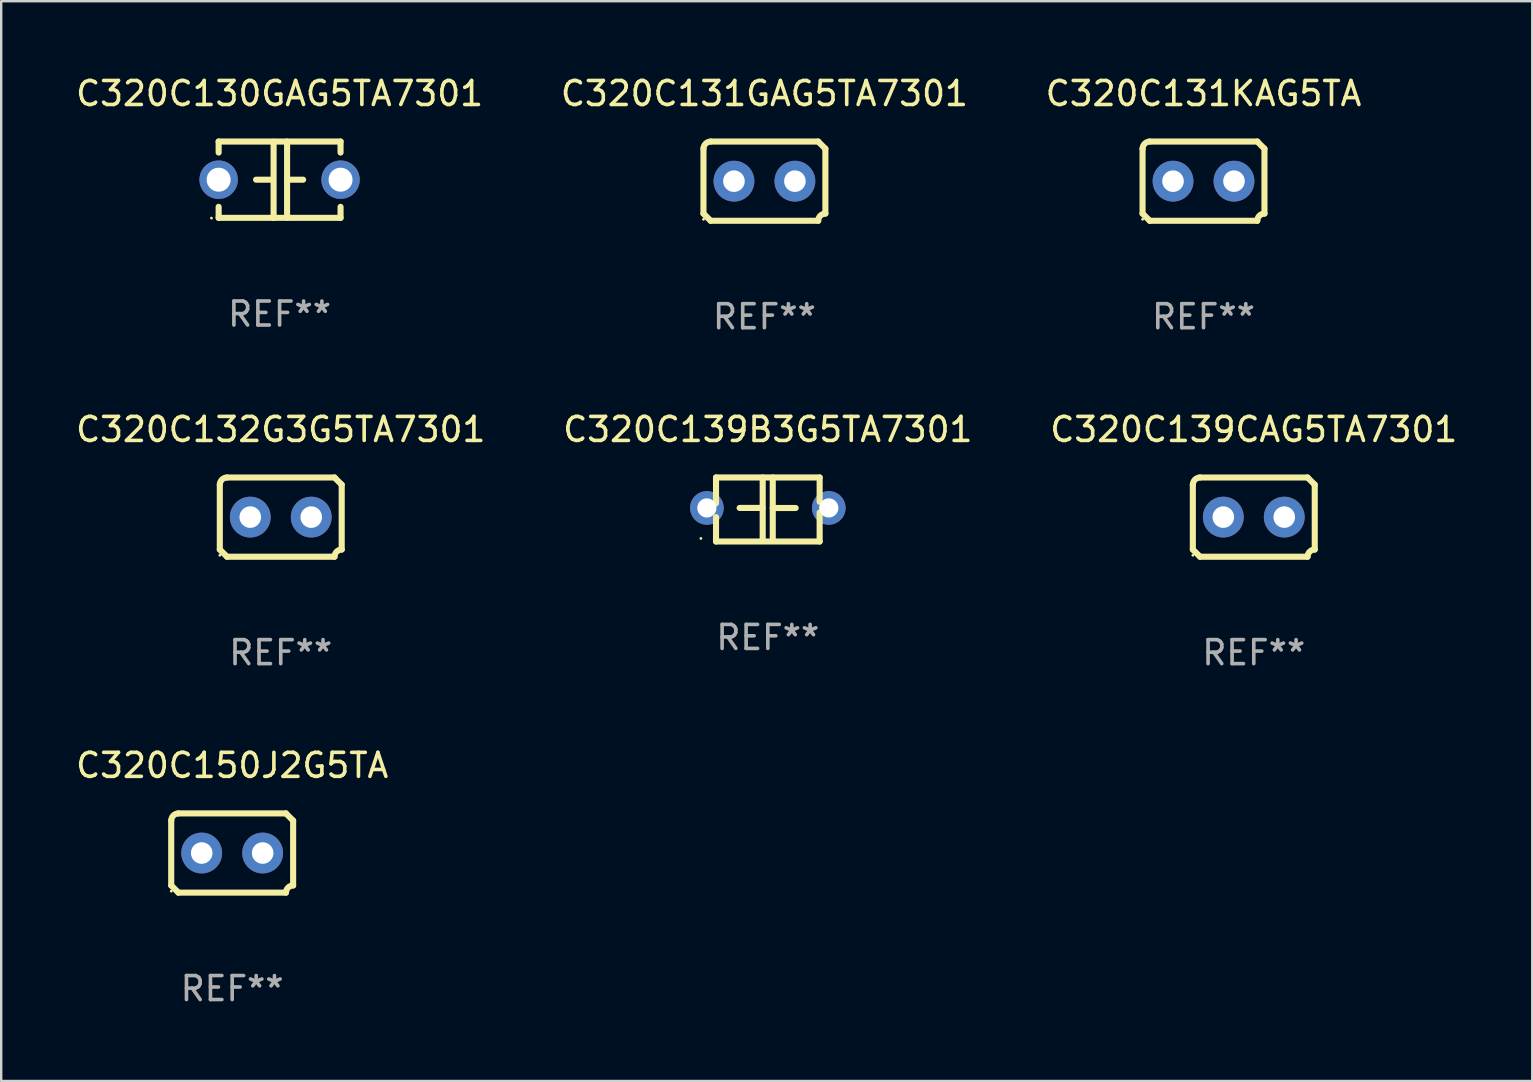
<source format=kicad_pcb>
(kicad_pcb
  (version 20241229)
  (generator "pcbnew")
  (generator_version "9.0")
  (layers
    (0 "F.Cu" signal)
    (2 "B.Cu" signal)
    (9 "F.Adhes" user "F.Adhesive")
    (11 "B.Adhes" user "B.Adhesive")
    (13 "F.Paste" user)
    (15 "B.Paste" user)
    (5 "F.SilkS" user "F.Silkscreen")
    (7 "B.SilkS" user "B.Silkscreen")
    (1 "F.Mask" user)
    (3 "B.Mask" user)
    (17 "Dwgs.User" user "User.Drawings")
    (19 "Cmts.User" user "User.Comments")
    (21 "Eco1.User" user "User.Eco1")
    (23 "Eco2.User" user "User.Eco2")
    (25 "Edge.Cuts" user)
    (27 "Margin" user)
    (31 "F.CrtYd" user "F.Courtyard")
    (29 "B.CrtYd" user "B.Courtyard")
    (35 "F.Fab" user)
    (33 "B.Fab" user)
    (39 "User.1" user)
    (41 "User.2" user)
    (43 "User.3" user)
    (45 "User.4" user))
  (footprint "C320C139CAG5TA7301"
    (layer "F.Cu")
    (at 49.196 18.498)
    (property "Reference" "C320C139CAG5TA7301" (at 0 -3.651 0) (layer "F.SilkS") (effects (font (size 1 1) (thickness 0.15))))
    (attr through_hole)
    (fp_line (start -2.54 -1.351) (end -2.54 1.351) (stroke (width 0.254) (type solid)) (layer "F.SilkS"))
    (fp_line (start -2.24 -1.651) (end 2.24 -1.651) (stroke (width 0.254) (type solid)) (layer "F.SilkS"))
    (fp_line (start 2.24 1.651) (end -2.24 1.651) (stroke (width 0.254) (type solid)) (layer "F.SilkS"))
    (fp_line (start 2.54 1.351) (end 2.54 -1.351) (stroke (width 0.254) (type solid)) (layer "F.SilkS"))
    (fp_arc (start -2.540005 -1.351283) (mid -2.450115 -1.561309) (end -2.240005 -1.651003) (stroke (width 0.254001) (type solid)) (layer "F.SilkS"))
    (fp_arc (start -2.240287 1.651001) (mid -2.390163 1.501019) (end -2.540005 1.351003) (stroke (width 0.254001) (type solid)) (layer "F.SilkS"))
    (fp_arc (start 2.240005 1.651003) (mid 2.329934 1.441015) (end 2.540005 1.351282) (stroke (width 0.254001) (type solid)) (layer "F.SilkS"))
    (fp_arc (start 2.540005 -1.351003) (mid 2.389393 -1.500252) (end 2.240284 -1.651003) (stroke (width 0.254001) (type solid)) (layer "F.SilkS"))
    (fp_circle (center -2.54 1.59) (end -2.51 1.59) (stroke (width 0.06) (type solid)) (fill no) (layer "F.SilkS"))
    (fp_text user "REF**" (at 0 5.651 0) (layer "F.Fab") (effects (font (size 1 1) (thickness 0.15))))
    (pad "1" thru_hole circle (at -1.27 0) (size 1.7 1.7) (drill 0.9) (layers "*.Cu" "*.Mask"))
    (pad "2" thru_hole circle (at 1.27 0) (size 1.7 1.7) (drill 0.9) (layers "*.Cu" "*.Mask")))
  (footprint "C320C150J2G5TA"
    (layer "F.Cu")
    (at 6.625 32.496)
    (property "Reference" "C320C150J2G5TA" (at 0 -3.651 0) (layer "F.SilkS") (effects (font (size 1 1) (thickness 0.15))))
    (attr through_hole)
    (fp_line (start -2.54 -1.351) (end -2.54 1.351) (stroke (width 0.254) (type solid)) (layer "F.SilkS"))
    (fp_line (start -2.24 -1.651) (end 2.24 -1.651) (stroke (width 0.254) (type solid)) (layer "F.SilkS"))
    (fp_line (start 2.24 1.651) (end -2.24 1.651) (stroke (width 0.254) (type solid)) (layer "F.SilkS"))
    (fp_line (start 2.54 1.351) (end 2.54 -1.351) (stroke (width 0.254) (type solid)) (layer "F.SilkS"))
    (fp_arc (start -2.540005 -1.351283) (mid -2.450115 -1.561309) (end -2.240005 -1.651003) (stroke (width 0.254001) (type solid)) (layer "F.SilkS"))
    (fp_arc (start -2.240287 1.651001) (mid -2.390163 1.501019) (end -2.540005 1.351003) (stroke (width 0.254001) (type solid)) (layer "F.SilkS"))
    (fp_arc (start 2.240005 1.651003) (mid 2.329934 1.441015) (end 2.540005 1.351282) (stroke (width 0.254001) (type solid)) (layer "F.SilkS"))
    (fp_arc (start 2.540005 -1.351003) (mid 2.389393 -1.500252) (end 2.240284 -1.651003) (stroke (width 0.254001) (type solid)) (layer "F.SilkS"))
    (fp_circle (center -2.54 1.59) (end -2.51 1.59) (stroke (width 0.06) (type solid)) (fill no) (layer "F.SilkS"))
    (fp_text user "REF**" (at 0 5.651 0) (layer "F.Fab") (effects (font (size 1 1) (thickness 0.15))))
    (pad "1" thru_hole circle (at -1.27 0) (size 1.7 1.7) (drill 0.9) (layers "*.Cu" "*.Mask"))
    (pad "2" thru_hole circle (at 1.27 0) (size 1.7 1.7) (drill 0.9) (layers "*.Cu" "*.Mask")))
  (footprint "C320C139B3G5TA7301"
    (layer "F.Cu")
    (at 28.946 18.18)
    (property "Reference" "C320C139B3G5TA7301" (at 0 -3.334 0) (layer "F.SilkS") (effects (font (size 1 1) (thickness 0.15))))
    (attr through_hole)
    (fp_line (start -2.159 -1.334) (end 2.159 -1.334) (stroke (width 0.254) (type solid)) (layer "F.SilkS"))
    (fp_line (start -2.159 -0.256) (end -2.159 -1.334) (stroke (width 0.254) (type solid)) (layer "F.SilkS"))
    (fp_line (start -2.159 1.334) (end -2.159 0.318) (stroke (width 0.254) (type solid)) (layer "F.SilkS"))
    (fp_line (start -0.22 -0.064) (end -1.175 -0.064) (stroke (width 0.254) (type solid)) (layer "F.SilkS"))
    (fp_line (start -0.214 -1.334) (end -0.214 1.207) (stroke (width 0.254) (type solid)) (layer "F.SilkS"))
    (fp_line (start 0.205 -1.334) (end 0.205 1.207) (stroke (width 0.254) (type solid)) (layer "F.SilkS"))
    (fp_line (start 0.205 -0.061) (end 1.16 -0.061) (stroke (width 0.254) (type solid)) (layer "F.SilkS"))
    (fp_line (start 2.159 -1.334) (end 2.159 -0.318) (stroke (width 0.254) (type solid)) (layer "F.SilkS"))
    (fp_line (start 2.159 0.129) (end 2.159 1.334) (stroke (width 0.254) (type solid)) (layer "F.SilkS"))
    (fp_line (start 2.159 1.334) (end -2.159 1.334) (stroke (width 0.254) (type solid)) (layer "F.SilkS"))
    (fp_circle (center -2.79 1.207) (end -2.76 1.207) (stroke (width 0.06) (type solid)) (fill no) (layer "F.SilkS"))
    (fp_text user "REF**" (at 0 5.334 0) (layer "F.Fab") (effects (font (size 1 1) (thickness 0.15))))
    (pad "1" thru_hole circle (at -2.54 -0.064) (size 1.4 1.4) (drill 0.8) (layers "*.Cu" "*.Mask"))
    (pad "2" thru_hole circle (at 2.54 -0.064) (size 1.4 1.4) (drill 0.8) (layers "*.Cu" "*.Mask")))
  (footprint "C320C130GAG5TA7301"
    (layer "F.Cu")
    (at 8.601 4.443)
    (property "Reference" "C320C130GAG5TA7301" (at 0 -3.595 0) (layer "F.SilkS") (effects (font (size 1 1) (thickness 0.15))))
    (attr through_hole)
    (fp_line (start -2.54 -1.595) (end -2.54 -1.136) (stroke (width 0.254) (type solid)) (layer "F.SilkS"))
    (fp_line (start -2.54 -1.595) (end 2.54 -1.595) (stroke (width 0.254) (type solid)) (layer "F.SilkS"))
    (fp_line (start -2.54 1.126) (end -2.54 1.585) (stroke (width 0.254) (type solid)) (layer "F.SilkS"))
    (fp_line (start -0.312 -0.005) (end -0.98 -0.005) (stroke (width 0.254) (type solid)) (layer "F.SilkS"))
    (fp_line (start -0.25 -1.585) (end -0.25 1.595) (stroke (width 0.254) (type solid)) (layer "F.SilkS"))
    (fp_line (start 0.312 -1.595) (end 0.312 1.585) (stroke (width 0.254) (type solid)) (layer "F.SilkS"))
    (fp_line (start 0.312 -0.005) (end 0.98 -0.005) (stroke (width 0.254) (type solid)) (layer "F.SilkS"))
    (fp_line (start 2.54 -1.595) (end 2.54 -1.136) (stroke (width 0.254) (type solid)) (layer "F.SilkS"))
    (fp_line (start 2.54 1.126) (end 2.54 1.585) (stroke (width 0.254) (type solid)) (layer "F.SilkS"))
    (fp_line (start 2.54 1.585) (end -2.54 1.585) (stroke (width 0.254) (type solid)) (layer "F.SilkS"))
    (fp_circle (center -2.84 1.595) (end -2.81 1.595) (stroke (width 0.06) (type solid)) (fill no) (layer "F.SilkS"))
    (fp_text user "REF**" (at 0 5.595 0) (layer "F.Fab") (effects (font (size 1 1) (thickness 0.15))))
    (pad "1" thru_hole circle (at -2.54 -0.005) (size 1.6 1.6) (drill 1) (layers "*.Cu" "*.Mask"))
    (pad "2" thru_hole circle (at 2.54 -0.005) (size 1.6 1.6) (drill 1) (layers "*.Cu" "*.Mask")))
  (footprint "C320C131GAG5TA7301"
    (layer "F.Cu")
    (at 28.804 4.499)
    (property "Reference" "C320C131GAG5TA7301" (at 0 -3.651 0) (layer "F.SilkS") (effects (font (size 1 1) (thickness 0.15))))
    (attr through_hole)
    (fp_line (start -2.54 -1.351) (end -2.54 1.351) (stroke (width 0.254) (type solid)) (layer "F.SilkS"))
    (fp_line (start -2.24 -1.651) (end 2.24 -1.651) (stroke (width 0.254) (type solid)) (layer "F.SilkS"))
    (fp_line (start 2.24 1.651) (end -2.24 1.651) (stroke (width 0.254) (type solid)) (layer "F.SilkS"))
    (fp_line (start 2.54 1.351) (end 2.54 -1.351) (stroke (width 0.254) (type solid)) (layer "F.SilkS"))
    (fp_arc (start -2.540005 -1.351283) (mid -2.450115 -1.561309) (end -2.240005 -1.651003) (stroke (width 0.254001) (type solid)) (layer "F.SilkS"))
    (fp_arc (start -2.240287 1.651001) (mid -2.390163 1.501019) (end -2.540005 1.351003) (stroke (width 0.254001) (type solid)) (layer "F.SilkS"))
    (fp_arc (start 2.240005 1.651003) (mid 2.329934 1.441015) (end 2.540005 1.351282) (stroke (width 0.254001) (type solid)) (layer "F.SilkS"))
    (fp_arc (start 2.540005 -1.351003) (mid 2.389393 -1.500252) (end 2.240284 -1.651003) (stroke (width 0.254001) (type solid)) (layer "F.SilkS"))
    (fp_circle (center -2.54 1.59) (end -2.51 1.59) (stroke (width 0.06) (type solid)) (fill no) (layer "F.SilkS"))
    (fp_text user "REF**" (at 0 5.651 0) (layer "F.Fab") (effects (font (size 1 1) (thickness 0.15))))
    (pad "1" thru_hole circle (at -1.27 0) (size 1.7 1.7) (drill 0.9) (layers "*.Cu" "*.Mask"))
    (pad "2" thru_hole circle (at 1.27 0) (size 1.7 1.7) (drill 0.9) (layers "*.Cu" "*.Mask")))
  (footprint "C320C132G3G5TA7301"
    (layer "F.Cu")
    (at 8.649 18.498)
    (property "Reference" "C320C132G3G5TA7301" (at 0 -3.651 0) (layer "F.SilkS") (effects (font (size 1 1) (thickness 0.15))))
    (attr through_hole)
    (fp_line (start -2.54 -1.351) (end -2.54 1.351) (stroke (width 0.254) (type solid)) (layer "F.SilkS"))
    (fp_line (start -2.24 -1.651) (end 2.24 -1.651) (stroke (width 0.254) (type solid)) (layer "F.SilkS"))
    (fp_line (start 2.24 1.651) (end -2.24 1.651) (stroke (width 0.254) (type solid)) (layer "F.SilkS"))
    (fp_line (start 2.54 1.351) (end 2.54 -1.351) (stroke (width 0.254) (type solid)) (layer "F.SilkS"))
    (fp_arc (start -2.540005 -1.351283) (mid -2.450115 -1.561309) (end -2.240005 -1.651003) (stroke (width 0.254001) (type solid)) (layer "F.SilkS"))
    (fp_arc (start -2.240287 1.651001) (mid -2.390163 1.501019) (end -2.540005 1.351003) (stroke (width 0.254001) (type solid)) (layer "F.SilkS"))
    (fp_arc (start 2.240005 1.651003) (mid 2.329934 1.441015) (end 2.540005 1.351282) (stroke (width 0.254001) (type solid)) (layer "F.SilkS"))
    (fp_arc (start 2.540005 -1.351003) (mid 2.389393 -1.500252) (end 2.240284 -1.651003) (stroke (width 0.254001) (type solid)) (layer "F.SilkS"))
    (fp_circle (center -2.54 1.59) (end -2.51 1.59) (stroke (width 0.06) (type solid)) (fill no) (layer "F.SilkS"))
    (fp_text user "REF**" (at 0 5.651 0) (layer "F.Fab") (effects (font (size 1 1) (thickness 0.15))))
    (pad "1" thru_hole circle (at -1.27 0) (size 1.7 1.7) (drill 0.9) (layers "*.Cu" "*.Mask"))
    (pad "2" thru_hole circle (at 1.27 0) (size 1.7 1.7) (drill 0.9) (layers "*.Cu" "*.Mask")))
  (footprint "C320C131KAG5TA"
    (layer "F.Cu")
    (at 47.101 4.499)
    (property "Reference" "C320C131KAG5TA" (at 0 -3.651 0) (layer "F.SilkS") (effects (font (size 1 1) (thickness 0.15))))
    (attr through_hole)
    (fp_line (start -2.54 -1.351) (end -2.54 1.351) (stroke (width 0.254) (type solid)) (layer "F.SilkS"))
    (fp_line (start -2.24 -1.651) (end 2.24 -1.651) (stroke (width 0.254) (type solid)) (layer "F.SilkS"))
    (fp_line (start 2.24 1.651) (end -2.24 1.651) (stroke (width 0.254) (type solid)) (layer "F.SilkS"))
    (fp_line (start 2.54 1.351) (end 2.54 -1.351) (stroke (width 0.254) (type solid)) (layer "F.SilkS"))
    (fp_arc (start -2.540005 -1.351283) (mid -2.450115 -1.561309) (end -2.240005 -1.651003) (stroke (width 0.254001) (type solid)) (layer "F.SilkS"))
    (fp_arc (start -2.240287 1.651001) (mid -2.390163 1.501019) (end -2.540005 1.351003) (stroke (width 0.254001) (type solid)) (layer "F.SilkS"))
    (fp_arc (start 2.240005 1.651003) (mid 2.329934 1.441015) (end 2.540005 1.351282) (stroke (width 0.254001) (type solid)) (layer "F.SilkS"))
    (fp_arc (start 2.540005 -1.351003) (mid 2.389393 -1.500252) (end 2.240284 -1.651003) (stroke (width 0.254001) (type solid)) (layer "F.SilkS"))
    (fp_circle (center -2.54 1.59) (end -2.51 1.59) (stroke (width 0.06) (type solid)) (fill no) (layer "F.SilkS"))
    (fp_text user "REF**" (at 0 5.651 0) (layer "F.Fab") (effects (font (size 1 1) (thickness 0.15))))
    (pad "1" thru_hole circle (at -1.27 0) (size 1.7 1.7) (drill 0.9) (layers "*.Cu" "*.Mask"))
    (pad "2" thru_hole circle (at 1.27 0) (size 1.7 1.7) (drill 0.9) (layers "*.Cu" "*.Mask")))
  (gr_rect
    (start -3 -3)
    (end 60.798 41.996)
    (stroke (width 0.1) (type default))
    (fill no)
    (layer "Edge.Cuts")))
</source>
